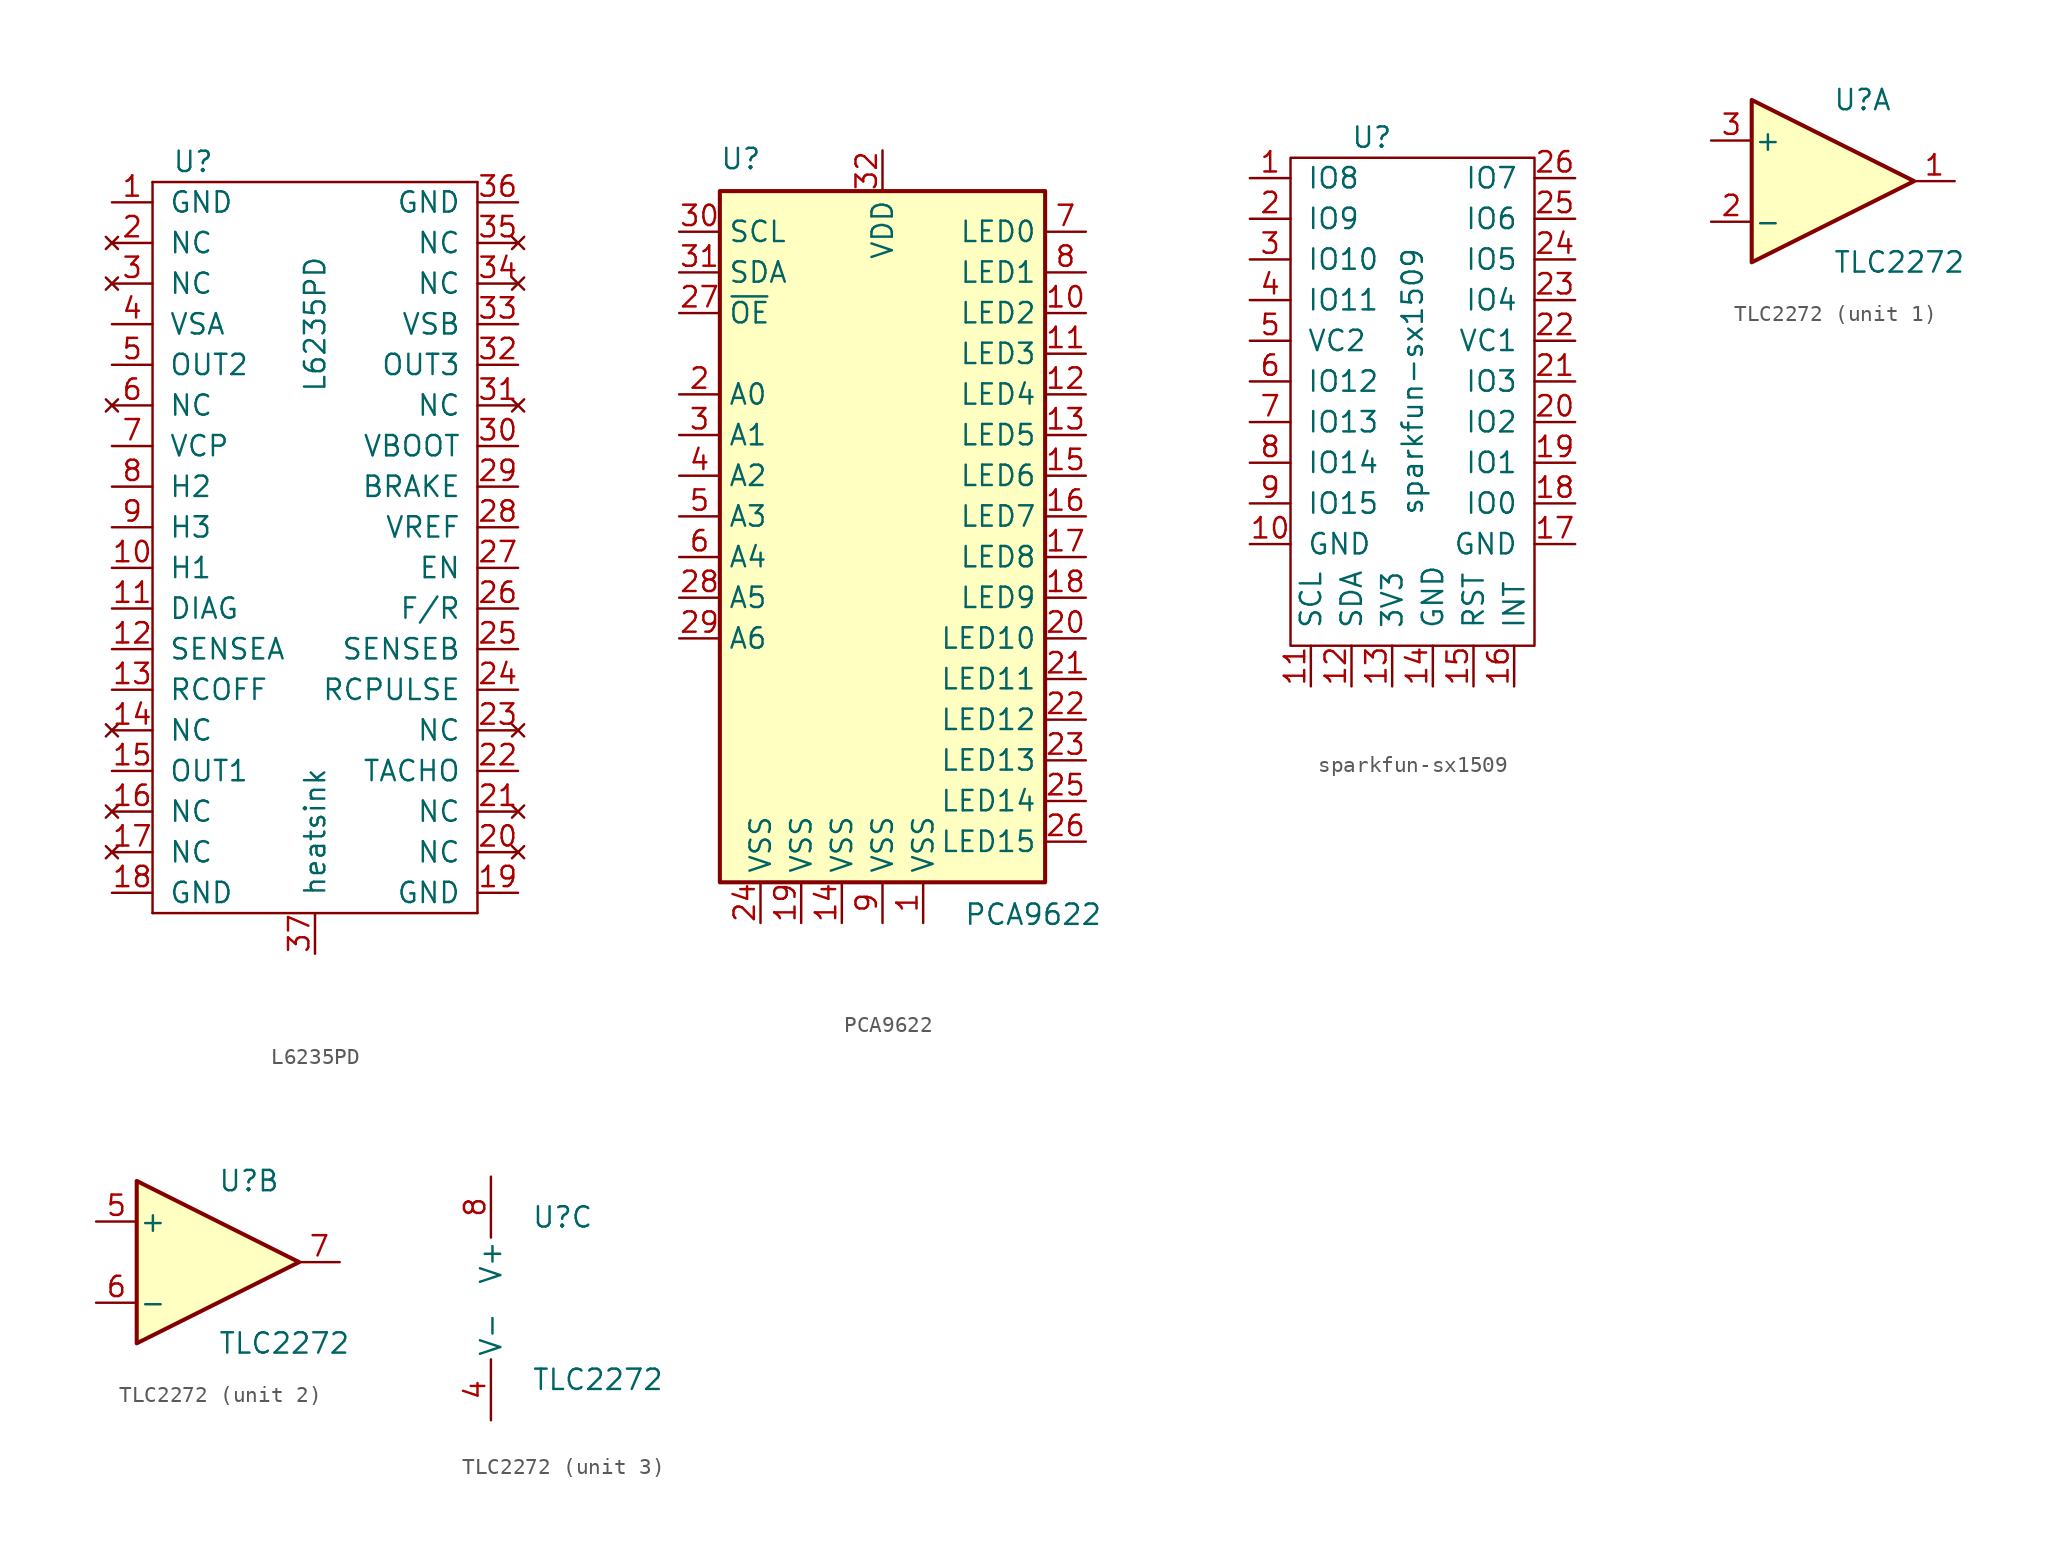
<source format=kicad_sym>
(kicad_symbol_lib
  (version 20220914)
  (generator kicad_symbol_editor)
  (symbol "L6235PD"
    (pin_names
      (offset 1.016))
    (property "Reference" "U"
      (at -7.62 24.13 0)
      (effects (font (size 1.27 1.27))))
    (property "Value" "L6235PD"
      (at 0 13.97 90)
      (effects (font (size 1.27 1.27))))
    (symbol "L6235PD_0_1"
      (rectangle (start -10.16 -22.86) (end -10.16 22.86) (stroke (width 0) (type solid)) (fill (type none)))
      (rectangle (start -10.16 22.86) (end 10.16 22.86) (stroke (width 0) (type solid)) (fill (type none)))
      (rectangle (start 10.16 -22.86) (end -10.16 -22.86) (stroke (width 0) (type solid)) (fill (type none)))
      (rectangle (start 10.16 22.86) (end 10.16 -22.86) (stroke (width 0) (type solid)) (fill (type none))))
    (symbol "L6235PD_1_1"
      (pin power_in line (at -12.7 21.59 0) (length 2.54) (name "GND" (effects (font (size 1.27 1.27)))) (number "1" (effects (font (size 1.27 1.27)))))
      (pin input line (at -12.7 -1.27 0) (length 2.54) (name "H1" (effects (font (size 1.27 1.27)))) (number "10" (effects (font (size 1.27 1.27)))))
      (pin input line (at -12.7 -3.81 0) (length 2.54) (name "DIAG" (effects (font (size 1.27 1.27)))) (number "11" (effects (font (size 1.27 1.27)))))
      (pin input line (at -12.7 -6.35 0) (length 2.54) (name "SENSEA" (effects (font (size 1.27 1.27)))) (number "12" (effects (font (size 1.27 1.27)))))
      (pin input line (at -12.7 -8.89 0) (length 2.54) (name "RCOFF" (effects (font (size 1.27 1.27)))) (number "13" (effects (font (size 1.27 1.27)))))
      (pin no_connect line (at -12.7 -11.43 0) (length 2.54) (name "NC" (effects (font (size 1.27 1.27)))) (number "14" (effects (font (size 1.27 1.27)))))
      (pin power_out line (at -12.7 -13.97 0) (length 2.54) (name "OUT1" (effects (font (size 1.27 1.27)))) (number "15" (effects (font (size 1.27 1.27)))))
      (pin no_connect line (at -12.7 -16.51 0) (length 2.54) (name "NC" (effects (font (size 1.27 1.27)))) (number "16" (effects (font (size 1.27 1.27)))))
      (pin no_connect line (at -12.7 -19.05 0) (length 2.54) (name "NC" (effects (font (size 1.27 1.27)))) (number "17" (effects (font (size 1.27 1.27)))))
      (pin power_in line (at -12.7 -21.59 0) (length 2.54) (name "GND" (effects (font (size 1.27 1.27)))) (number "18" (effects (font (size 1.27 1.27)))))
      (pin power_in line (at 12.7 -21.59 180) (length 2.54) (name "GND" (effects (font (size 1.27 1.27)))) (number "19" (effects (font (size 1.27 1.27)))))
      (pin no_connect line (at -12.7 19.05 0) (length 2.54) (name "NC" (effects (font (size 1.27 1.27)))) (number "2" (effects (font (size 1.27 1.27)))))
      (pin no_connect line (at 12.7 -19.05 180) (length 2.54) (name "NC" (effects (font (size 1.27 1.27)))) (number "20" (effects (font (size 1.27 1.27)))))
      (pin no_connect line (at 12.7 -16.51 180) (length 2.54) (name "NC" (effects (font (size 1.27 1.27)))) (number "21" (effects (font (size 1.27 1.27)))))
      (pin output line (at 12.7 -13.97 180) (length 2.54) (name "TACHO" (effects (font (size 1.27 1.27)))) (number "22" (effects (font (size 1.27 1.27)))))
      (pin no_connect line (at 12.7 -11.43 180) (length 2.54) (name "NC" (effects (font (size 1.27 1.27)))) (number "23" (effects (font (size 1.27 1.27)))))
      (pin input line (at 12.7 -8.89 180) (length 2.54) (name "RCPULSE" (effects (font (size 1.27 1.27)))) (number "24" (effects (font (size 1.27 1.27)))))
      (pin input line (at 12.7 -6.35 180) (length 2.54) (name "SENSEB" (effects (font (size 1.27 1.27)))) (number "25" (effects (font (size 1.27 1.27)))))
      (pin input line (at 12.7 -3.81 180) (length 2.54) (name "F/R" (effects (font (size 1.27 1.27)))) (number "26" (effects (font (size 1.27 1.27)))))
      (pin input line (at 12.7 -1.27 180) (length 2.54) (name "EN" (effects (font (size 1.27 1.27)))) (number "27" (effects (font (size 1.27 1.27)))))
      (pin input line (at 12.7 1.27 180) (length 2.54) (name "VREF" (effects (font (size 1.27 1.27)))) (number "28" (effects (font (size 1.27 1.27)))))
      (pin input line (at 12.7 3.81 180) (length 2.54) (name "BRAKE" (effects (font (size 1.27 1.27)))) (number "29" (effects (font (size 1.27 1.27)))))
      (pin no_connect line (at -12.7 16.51 0) (length 2.54) (name "NC" (effects (font (size 1.27 1.27)))) (number "3" (effects (font (size 1.27 1.27)))))
      (pin input line (at 12.7 6.35 180) (length 2.54) (name "VBOOT" (effects (font (size 1.27 1.27)))) (number "30" (effects (font (size 1.27 1.27)))))
      (pin no_connect line (at 12.7 8.89 180) (length 2.54) (name "NC" (effects (font (size 1.27 1.27)))) (number "31" (effects (font (size 1.27 1.27)))))
      (pin power_out line (at 12.7 11.43 180) (length 2.54) (name "OUT3" (effects (font (size 1.27 1.27)))) (number "32" (effects (font (size 1.27 1.27)))))
      (pin power_in line (at 12.7 13.97 180) (length 2.54) (name "VSB" (effects (font (size 1.27 1.27)))) (number "33" (effects (font (size 1.27 1.27)))))
      (pin no_connect line (at 12.7 16.51 180) (length 2.54) (name "NC" (effects (font (size 1.27 1.27)))) (number "34" (effects (font (size 1.27 1.27)))))
      (pin no_connect line (at 12.7 19.05 180) (length 2.54) (name "NC" (effects (font (size 1.27 1.27)))) (number "35" (effects (font (size 1.27 1.27)))))
      (pin power_in line (at 12.7 21.59 180) (length 2.54) (name "GND" (effects (font (size 1.27 1.27)))) (number "36" (effects (font (size 1.27 1.27)))))
      (pin power_in line (at 0 -25.4 90) (length 2.54) (name "heatsink" (effects (font (size 1.27 1.27)))) (number "37" (effects (font (size 1.27 1.27)))))
      (pin power_in line (at -12.7 13.97 0) (length 2.54) (name "VSA" (effects (font (size 1.27 1.27)))) (number "4" (effects (font (size 1.27 1.27)))))
      (pin power_out line (at -12.7 11.43 0) (length 2.54) (name "OUT2" (effects (font (size 1.27 1.27)))) (number "5" (effects (font (size 1.27 1.27)))))
      (pin no_connect line (at -12.7 8.89 0) (length 2.54) (name "NC" (effects (font (size 1.27 1.27)))) (number "6" (effects (font (size 1.27 1.27)))))
      (pin input line (at -12.7 6.35 0) (length 2.54) (name "VCP" (effects (font (size 1.27 1.27)))) (number "7" (effects (font (size 1.27 1.27)))))
      (pin input line (at -12.7 3.81 0) (length 2.54) (name "H2" (effects (font (size 1.27 1.27)))) (number "8" (effects (font (size 1.27 1.27)))))
      (pin input line (at -12.7 1.27 0) (length 2.54) (name "H3" (effects (font (size 1.27 1.27)))) (number "9" (effects (font (size 1.27 1.27)))))))
  (symbol "PCA9622"
    (property "Reference" "U"
      (at -10.16 24.13 0)
      (effects (font (size 1.27 1.27)) (justify left bottom)))
    (property "Value" "PCA9622"
      (at 5.08 -21.59 0)
      (effects (font (size 1.27 1.27)) (justify left top)))
    (symbol "PCA9622_0_1"
      (rectangle (start -10.16 22.86) (end 10.16 -20.32) (stroke (width 0.254) (type solid)) (fill (type background))))
    (symbol "PCA9622_1_1"
      (pin power_in line (at 2.54 -22.86 90) (length 2.54) (name "VSS" (effects (font (size 1.27 1.27)))) (number "1" (effects (font (size 1.27 1.27)))))
      (pin output line (at 12.7 15.24 180) (length 2.54) (name "LED2" (effects (font (size 1.27 1.27)))) (number "10" (effects (font (size 1.27 1.27)))))
      (pin output line (at 12.7 12.7 180) (length 2.54) (name "LED3" (effects (font (size 1.27 1.27)))) (number "11" (effects (font (size 1.27 1.27)))))
      (pin output line (at 12.7 10.16 180) (length 2.54) (name "LED4" (effects (font (size 1.27 1.27)))) (number "12" (effects (font (size 1.27 1.27)))))
      (pin output line (at 12.7 7.62 180) (length 2.54) (name "LED5" (effects (font (size 1.27 1.27)))) (number "13" (effects (font (size 1.27 1.27)))))
      (pin power_in line (at -2.54 -22.86 90) (length 2.54) (name "VSS" (effects (font (size 1.27 1.27)))) (number "14" (effects (font (size 1.27 1.27)))))
      (pin output line (at 12.7 5.08 180) (length 2.54) (name "LED6" (effects (font (size 1.27 1.27)))) (number "15" (effects (font (size 1.27 1.27)))))
      (pin output line (at 12.7 2.54 180) (length 2.54) (name "LED7" (effects (font (size 1.27 1.27)))) (number "16" (effects (font (size 1.27 1.27)))))
      (pin output line (at 12.7 0 180) (length 2.54) (name "LED8" (effects (font (size 1.27 1.27)))) (number "17" (effects (font (size 1.27 1.27)))))
      (pin output line (at 12.7 -2.54 180) (length 2.54) (name "LED9" (effects (font (size 1.27 1.27)))) (number "18" (effects (font (size 1.27 1.27)))))
      (pin power_in line (at -5.08 -22.86 90) (length 2.54) (name "VSS" (effects (font (size 1.27 1.27)))) (number "19" (effects (font (size 1.27 1.27)))))
      (pin input line (at -12.7 10.16 0) (length 2.54) (name "A0" (effects (font (size 1.27 1.27)))) (number "2" (effects (font (size 1.27 1.27)))))
      (pin output line (at 12.7 -5.08 180) (length 2.54) (name "LED10" (effects (font (size 1.27 1.27)))) (number "20" (effects (font (size 1.27 1.27)))))
      (pin output line (at 12.7 -7.62 180) (length 2.54) (name "LED11" (effects (font (size 1.27 1.27)))) (number "21" (effects (font (size 1.27 1.27)))))
      (pin output line (at 12.7 -10.16 180) (length 2.54) (name "LED12" (effects (font (size 1.27 1.27)))) (number "22" (effects (font (size 1.27 1.27)))))
      (pin output line (at 12.7 -12.7 180) (length 2.54) (name "LED13" (effects (font (size 1.27 1.27)))) (number "23" (effects (font (size 1.27 1.27)))))
      (pin power_in line (at -7.62 -22.86 90) (length 2.54) (name "VSS" (effects (font (size 1.27 1.27)))) (number "24" (effects (font (size 1.27 1.27)))))
      (pin output line (at 12.7 -15.24 180) (length 2.54) (name "LED14" (effects (font (size 1.27 1.27)))) (number "25" (effects (font (size 1.27 1.27)))))
      (pin output line (at 12.7 -17.78 180) (length 2.54) (name "LED15" (effects (font (size 1.27 1.27)))) (number "26" (effects (font (size 1.27 1.27)))))
      (pin input line (at -12.7 15.24 0) (length 2.54) (name "~{OE}" (effects (font (size 1.27 1.27)))) (number "27" (effects (font (size 1.27 1.27)))))
      (pin input line (at -12.7 -2.54 0) (length 2.54) (name "A5" (effects (font (size 1.27 1.27)))) (number "28" (effects (font (size 1.27 1.27)))))
      (pin input line (at -12.7 -5.08 0) (length 2.54) (name "A6" (effects (font (size 1.27 1.27)))) (number "29" (effects (font (size 1.27 1.27)))))
      (pin input line (at -12.7 7.62 0) (length 2.54) (name "A1" (effects (font (size 1.27 1.27)))) (number "3" (effects (font (size 1.27 1.27)))))
      (pin input line (at -12.7 20.32 0) (length 2.54) (name "SCL" (effects (font (size 1.27 1.27)))) (number "30" (effects (font (size 1.27 1.27)))))
      (pin bidirectional line (at -12.7 17.78 0) (length 2.54) (name "SDA" (effects (font (size 1.27 1.27)))) (number "31" (effects (font (size 1.27 1.27)))))
      (pin power_in line (at 0 25.4 270) (length 2.54) (name "VDD" (effects (font (size 1.27 1.27)))) (number "32" (effects (font (size 1.27 1.27)))))
      (pin input line (at -12.7 5.08 0) (length 2.54) (name "A2" (effects (font (size 1.27 1.27)))) (number "4" (effects (font (size 1.27 1.27)))))
      (pin input line (at -12.7 2.54 0) (length 2.54) (name "A3" (effects (font (size 1.27 1.27)))) (number "5" (effects (font (size 1.27 1.27)))))
      (pin input line (at -12.7 0 0) (length 2.54) (name "A4" (effects (font (size 1.27 1.27)))) (number "6" (effects (font (size 1.27 1.27)))))
      (pin output line (at 12.7 20.32 180) (length 2.54) (name "LED0" (effects (font (size 1.27 1.27)))) (number "7" (effects (font (size 1.27 1.27)))))
      (pin output line (at 12.7 17.78 180) (length 2.54) (name "LED1" (effects (font (size 1.27 1.27)))) (number "8" (effects (font (size 1.27 1.27)))))
      (pin power_in line (at 0 -22.86 90) (length 2.54) (name "VSS" (effects (font (size 1.27 1.27)))) (number "9" (effects (font (size 1.27 1.27)))))))
  (symbol "sparkfun-sx1509"
    (pin_names
      (offset 1.016))
    (property "Reference" "U"
      (at -2.54 16.51 0)
      (effects (font (size 1.27 1.27))))
    (property "Value" "sparkfun-sx1509"
      (at 0 1.27 90)
      (effects (font (size 1.27 1.27))))
    (symbol "sparkfun-sx1509_0_1"
      (rectangle (start -7.62 15.24) (end 7.62 -15.24) (stroke (width 0) (type solid)) (fill (type none))))
    (symbol "sparkfun-sx1509_1_1"
      (pin bidirectional line (at -10.16 13.97 0) (length 2.54) (name "IO8" (effects (font (size 1.27 1.27)))) (number "1" (effects (font (size 1.27 1.27)))))
      (pin power_in line (at -10.16 -8.89 0) (length 2.54) (name "GND" (effects (font (size 1.27 1.27)))) (number "10" (effects (font (size 1.27 1.27)))))
      (pin input line (at -6.35 -17.78 90) (length 2.54) (name "SCL" (effects (font (size 1.27 1.27)))) (number "11" (effects (font (size 1.27 1.27)))))
      (pin input line (at -3.81 -17.78 90) (length 2.54) (name "SDA" (effects (font (size 1.27 1.27)))) (number "12" (effects (font (size 1.27 1.27)))))
      (pin power_in line (at -1.27 -17.78 90) (length 2.54) (name "3V3" (effects (font (size 1.27 1.27)))) (number "13" (effects (font (size 1.27 1.27)))))
      (pin power_in line (at 1.27 -17.78 90) (length 2.54) (name "GND" (effects (font (size 1.27 1.27)))) (number "14" (effects (font (size 1.27 1.27)))))
      (pin input line (at 3.81 -17.78 90) (length 2.54) (name "RST" (effects (font (size 1.27 1.27)))) (number "15" (effects (font (size 1.27 1.27)))))
      (pin bidirectional line (at 6.35 -17.78 90) (length 2.54) (name "INT" (effects (font (size 1.27 1.27)))) (number "16" (effects (font (size 1.27 1.27)))))
      (pin power_in line (at 10.16 -8.89 180) (length 2.54) (name "GND" (effects (font (size 1.27 1.27)))) (number "17" (effects (font (size 1.27 1.27)))))
      (pin bidirectional line (at 10.16 -6.35 180) (length 2.54) (name "IO0" (effects (font (size 1.27 1.27)))) (number "18" (effects (font (size 1.27 1.27)))))
      (pin bidirectional line (at 10.16 -3.81 180) (length 2.54) (name "IO1" (effects (font (size 1.27 1.27)))) (number "19" (effects (font (size 1.27 1.27)))))
      (pin bidirectional line (at -10.16 11.43 0) (length 2.54) (name "IO9" (effects (font (size 1.27 1.27)))) (number "2" (effects (font (size 1.27 1.27)))))
      (pin bidirectional line (at 10.16 -1.27 180) (length 2.54) (name "IO2" (effects (font (size 1.27 1.27)))) (number "20" (effects (font (size 1.27 1.27)))))
      (pin bidirectional line (at 10.16 1.27 180) (length 2.54) (name "IO3" (effects (font (size 1.27 1.27)))) (number "21" (effects (font (size 1.27 1.27)))))
      (pin power_in line (at 10.16 3.81 180) (length 2.54) (name "VC1" (effects (font (size 1.27 1.27)))) (number "22" (effects (font (size 1.27 1.27)))))
      (pin bidirectional line (at 10.16 6.35 180) (length 2.54) (name "IO4" (effects (font (size 1.27 1.27)))) (number "23" (effects (font (size 1.27 1.27)))))
      (pin bidirectional line (at 10.16 8.89 180) (length 2.54) (name "IO5" (effects (font (size 1.27 1.27)))) (number "24" (effects (font (size 1.27 1.27)))))
      (pin bidirectional line (at 10.16 11.43 180) (length 2.54) (name "IO6" (effects (font (size 1.27 1.27)))) (number "25" (effects (font (size 1.27 1.27)))))
      (pin bidirectional line (at 10.16 13.97 180) (length 2.54) (name "IO7" (effects (font (size 1.27 1.27)))) (number "26" (effects (font (size 1.27 1.27)))))
      (pin bidirectional line (at -10.16 8.89 0) (length 2.54) (name "IO10" (effects (font (size 1.27 1.27)))) (number "3" (effects (font (size 1.27 1.27)))))
      (pin bidirectional line (at -10.16 6.35 0) (length 2.54) (name "IO11" (effects (font (size 1.27 1.27)))) (number "4" (effects (font (size 1.27 1.27)))))
      (pin power_in line (at -10.16 3.81 0) (length 2.54) (name "VC2" (effects (font (size 1.27 1.27)))) (number "5" (effects (font (size 1.27 1.27)))))
      (pin bidirectional line (at -10.16 1.27 0) (length 2.54) (name "IO12" (effects (font (size 1.27 1.27)))) (number "6" (effects (font (size 1.27 1.27)))))
      (pin bidirectional line (at -10.16 -1.27 0) (length 2.54) (name "IO13" (effects (font (size 1.27 1.27)))) (number "7" (effects (font (size 1.27 1.27)))))
      (pin bidirectional line (at -10.16 -3.81 0) (length 2.54) (name "IO14" (effects (font (size 1.27 1.27)))) (number "8" (effects (font (size 1.27 1.27)))))
      (pin bidirectional line (at -10.16 -6.35 0) (length 2.54) (name "IO15" (effects (font (size 1.27 1.27)))) (number "9" (effects (font (size 1.27 1.27)))))))
  (symbol "TLC2272"
    (pin_names
      (offset 0.127))
    (property "Reference" "U"
      (at 0 5.08 0)
      (effects (font (size 1.27 1.27)) (justify left)))
    (property "Value" "TLC2272"
      (at 0 -5.08 0)
      (effects (font (size 1.27 1.27)) (justify left)))
    (property "ki_locked" ""
      (at 0 0 0)
      (effects (font (size 1.27 1.27))))
    (symbol "TLC2272_1_1"
      (polyline (pts (xy -5.08 5.08) (xy 5.08 0) (xy -5.08 -5.08) (xy -5.08 5.08)) (stroke (width 0.254) (type solid)) (fill (type background)))
      (pin output line (at 7.62 0 180) (length 2.54) (name "~" (effects (font (size 1.27 1.27)))) (number "1" (effects (font (size 1.27 1.27)))))
      (pin input line (at -7.62 -2.54 0) (length 2.54) (name "-" (effects (font (size 1.27 1.27)))) (number "2" (effects (font (size 1.27 1.27)))))
      (pin input line (at -7.62 2.54 0) (length 2.54) (name "+" (effects (font (size 1.27 1.27)))) (number "3" (effects (font (size 1.27 1.27))))))
    (symbol "TLC2272_2_1"
      (polyline (pts (xy -5.08 5.08) (xy 5.08 0) (xy -5.08 -5.08) (xy -5.08 5.08)) (stroke (width 0.254) (type solid)) (fill (type background)))
      (pin input line (at -7.62 2.54 0) (length 2.54) (name "+" (effects (font (size 1.27 1.27)))) (number "5" (effects (font (size 1.27 1.27)))))
      (pin input line (at -7.62 -2.54 0) (length 2.54) (name "-" (effects (font (size 1.27 1.27)))) (number "6" (effects (font (size 1.27 1.27)))))
      (pin output line (at 7.62 0 180) (length 2.54) (name "~" (effects (font (size 1.27 1.27)))) (number "7" (effects (font (size 1.27 1.27))))))
    (symbol "TLC2272_3_1"
      (pin power_in line (at -2.54 -7.62 90) (length 3.81) (name "V-" (effects (font (size 1.27 1.27)))) (number "4" (effects (font (size 1.27 1.27)))))
      (pin power_in line (at -2.54 7.62 270) (length 3.81) (name "V+" (effects (font (size 1.27 1.27)))) (number "8" (effects (font (size 1.27 1.27))))))))
</source>
